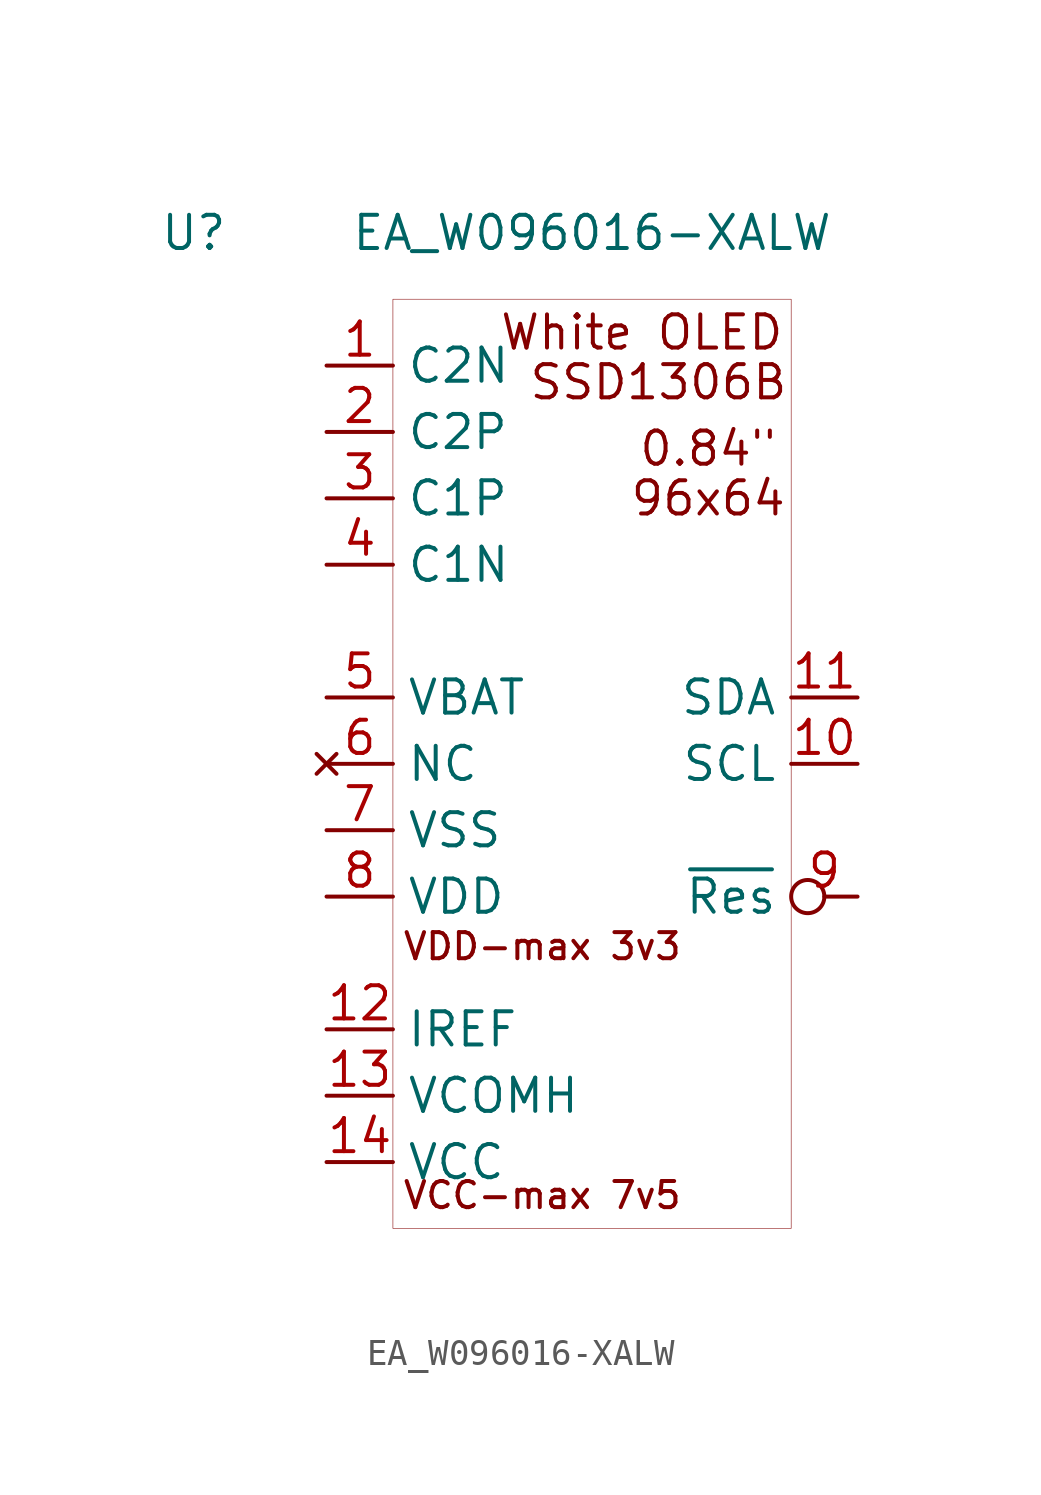
<source format=kicad_sym>
(kicad_symbol_lib
  (version 20201005)
  (generator kicad_symbol_editor)
  (symbol "Display:EA_W096016-XALW"
    (property "Reference" "U"
      (at -15.24 22.86 0)
      (effects (font (size 1.27 1.27))))
    (property "Value" "EA_W096016-XALW"
      (at 0 22.86 0)
      (effects (font (size 1.27 1.27))))
    (symbol "EA_W096016-XALW_0_0"
      (text "VDD-max 3v3" (at -1.905 -4.445 0) (effects (font (size 1 1))))
      (text "VCC-max 7v5" (at -1.905 -13.97 0) (effects (font (size 1 1))))
      (text "White OLED" (at 1.905 19.05 0) (effects (font (size 1.27 1.27))))
      (text "96x64" (at 4.445 12.7 0) (effects (font (size 1.27 1.27))))
      (text "0.84\"" (at 4.445 14.605 0) (effects (font (size 1.27 1.27))))
      (text "SSD1306B" (at 2.54 17.145 0) (effects (font (size 1.27 1.27)))))
    (symbol "EA_W096016-XALW_0_1"
      (rectangle (start -7.62 20.32) (end 7.62 -15.24) (stroke (width 0.001)) (fill (type none))))
    (symbol "EA_W096016-XALW_1_1"
      (pin input line (at -10.16 17.78 0) (length 2.54) (name "C2N" (effects (font (size 1.27 1.27)))) (number "1" (effects (font (size 1.27 1.27)))))
      (pin input line (at -10.16 15.24 0) (length 2.54) (name "C2P" (effects (font (size 1.27 1.27)))) (number "2" (effects (font (size 1.27 1.27)))))
      (pin input line (at -10.16 12.7 0) (length 2.54) (name "C1P" (effects (font (size 1.27 1.27)))) (number "3" (effects (font (size 1.27 1.27)))))
      (pin input line (at -10.16 10.16 0) (length 2.54) (name "C1N" (effects (font (size 1.27 1.27)))) (number "4" (effects (font (size 1.27 1.27)))))
      (pin power_in line (at -10.16 5.08 0) (length 2.54) (name "VBAT" (effects (font (size 1.27 1.27)))) (number "5" (effects (font (size 1.27 1.27)))))
      (pin unconnected line (at -10.16 2.54 0) (length 2.54) (name "NC" (effects (font (size 1.27 1.27)))) (number "6" (effects (font (size 1.27 1.27)))))
      (pin power_in line (at -10.16 0 0) (length 2.54) (name "VSS" (effects (font (size 1.27 1.27)))) (number "7" (effects (font (size 1.27 1.27)))))
      (pin power_in line (at -10.16 -2.54 0) (length 2.54) (name "VDD" (effects (font (size 1.27 1.27)))) (number "8" (effects (font (size 1.27 1.27)))))
      (pin input inverted (at 10.16 -2.54 180) (length 2.54) (name "~Res" (effects (font (size 1.27 1.27)))) (number "9" (effects (font (size 1.27 1.27)))))
      (pin input line (at 10.16 2.54 180) (length 2.54) (name "SCL" (effects (font (size 1.27 1.27)))) (number "10" (effects (font (size 1.27 1.27)))))
      (pin input line (at 10.16 5.08 180) (length 2.54) (name "SDA" (effects (font (size 1.27 1.27)))) (number "11" (effects (font (size 1.27 1.27)))))
      (pin input line (at -10.16 -7.62 0) (length 2.54) (name "IREF" (effects (font (size 1.27 1.27)))) (number "12" (effects (font (size 1.27 1.27)))))
      (pin input line (at -10.16 -10.16 0) (length 2.54) (name "VCOMH" (effects (font (size 1.27 1.27)))) (number "13" (effects (font (size 1.27 1.27)))))
      (pin input line (at -10.16 -12.7 0) (length 2.54) (name "VCC" (effects (font (size 1.27 1.27)))) (number "14" (effects (font (size 1.27 1.27))))))))
</source>
